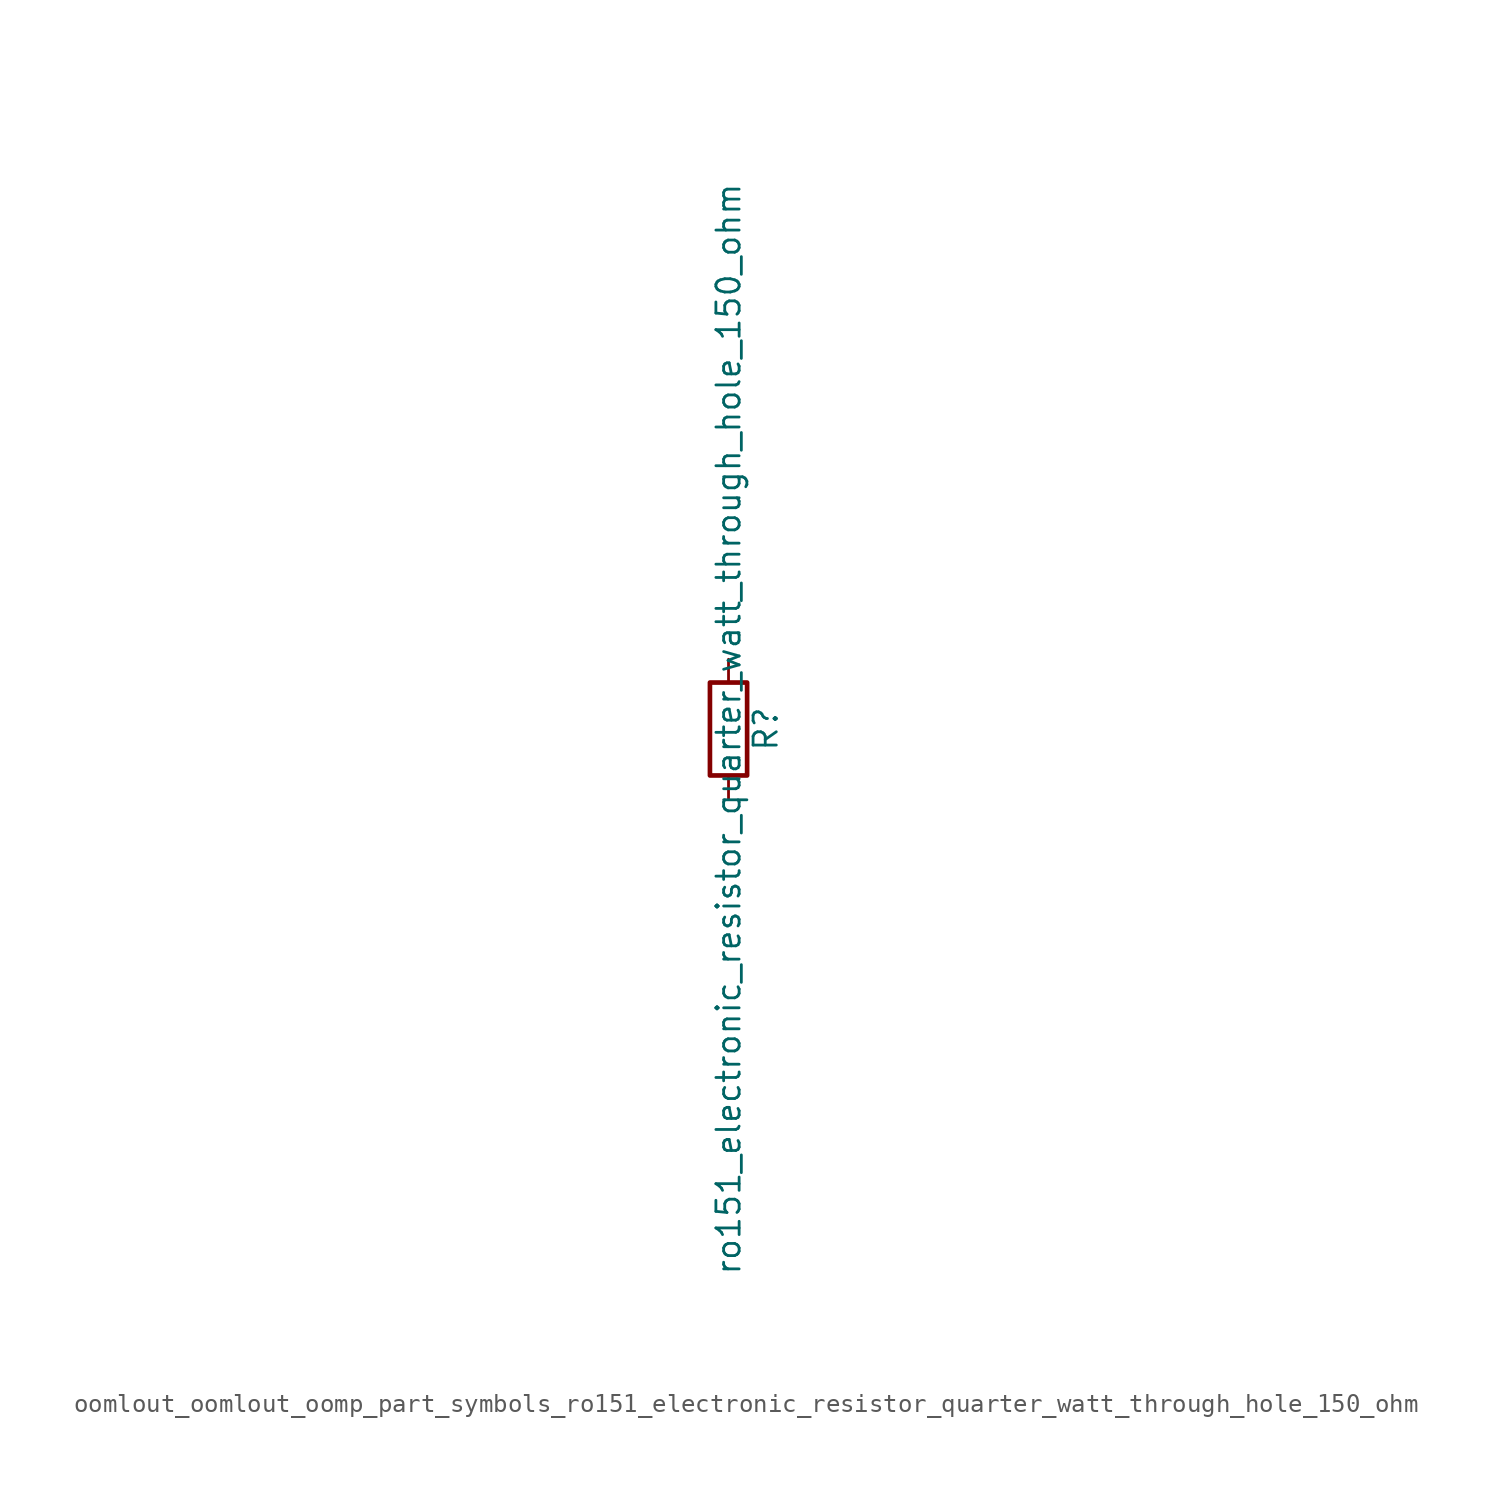
<source format=kicad_sym>
(kicad_symbol_lib
  (version 20220914)
  (generator kicad_symbol_editor)
  (symbol "oomlout_oomlout_oomp_part_symbols_ro151_electronic_resistor_quarter_watt_through_hole_150_ohm"
    (pin_numbers hide)
    (pin_names
      (offset 0))
    (property "Reference" "R"
      (at 2.032 0 90)
      (effects (font (size 1.27 1.27))))
    (property "Value" "ro151_electronic_resistor_quarter_watt_through_hole_150_ohm"
      (at 0 0 90)
      (effects (font (size 1.27 1.27))))
    (symbol "oomlout_oomlout_oomp_part_symbols_ro151_electronic_resistor_quarter_watt_through_hole_150_ohm_0_1"
      (rectangle (start -1.016 -2.54) (end 1.016 2.54) (stroke (width 0.254) (type default)) (fill (type none))))
    (symbol "oomlout_oomlout_oomp_part_symbols_ro151_electronic_resistor_quarter_watt_through_hole_150_ohm_1_1"
      (pin passive line (at 0 3.81 270) (length 1.27) (name "~" (effects (font (size 1.27 1.27)))) (number "1" (effects (font (size 1.27 1.27)))))
      (pin passive line (at 0 -3.81 90) (length 1.27) (name "~" (effects (font (size 1.27 1.27)))) (number "2" (effects (font (size 1.27 1.27))))))))
</source>
